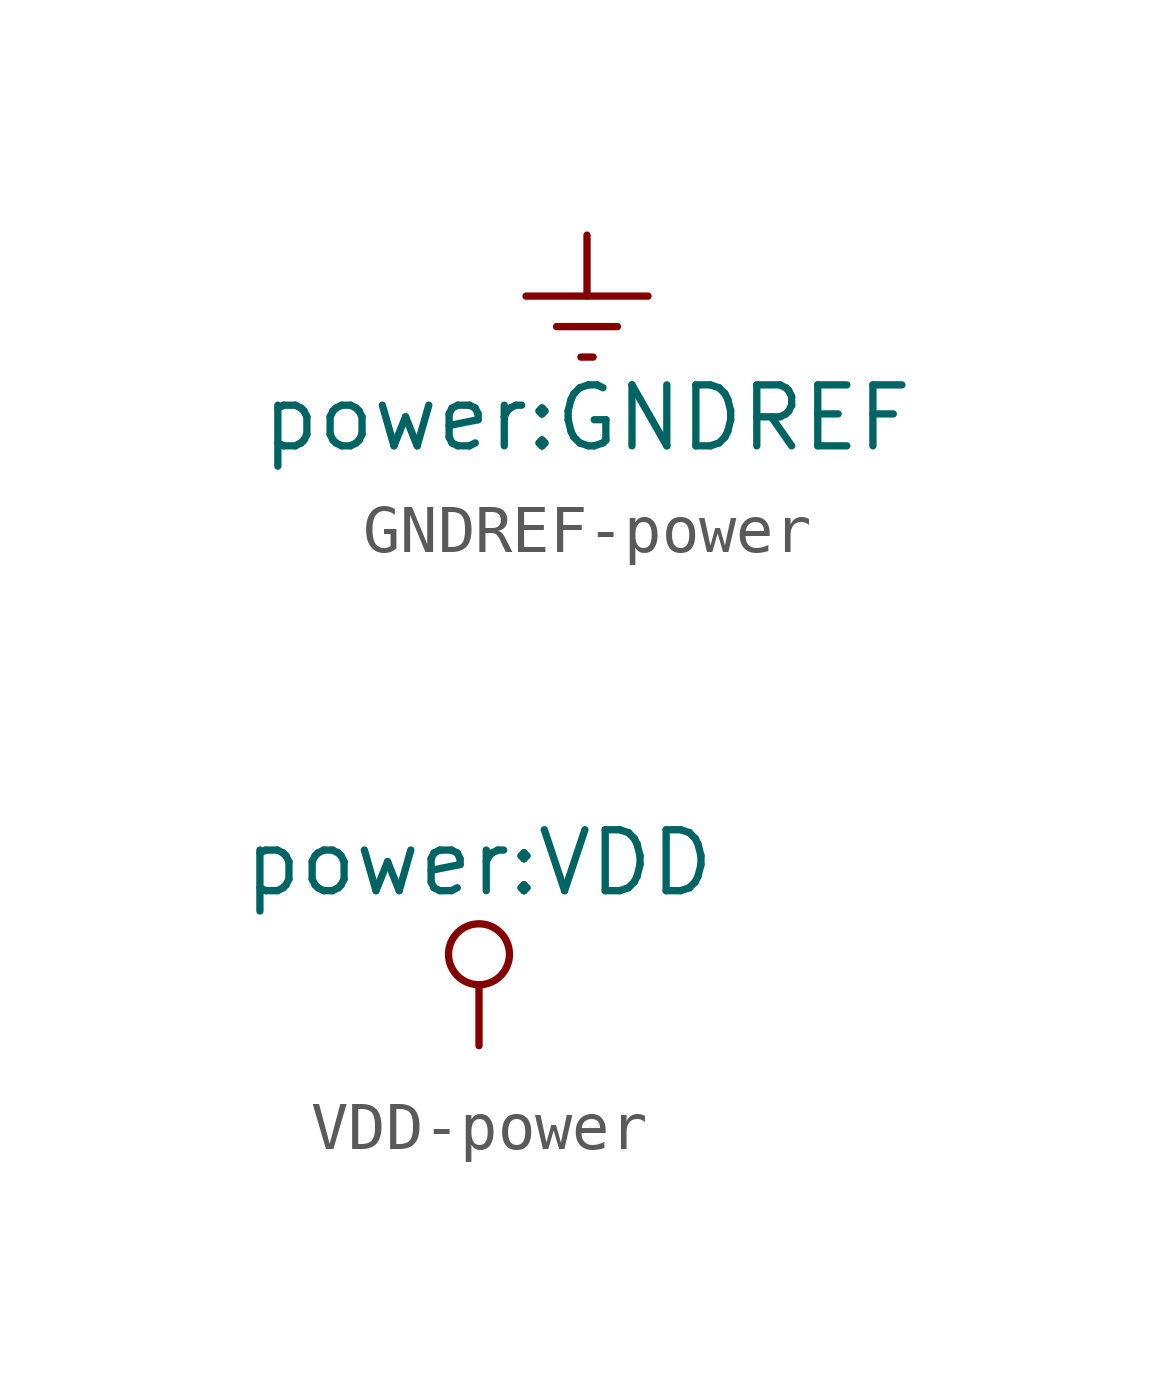
<source format=kicad_sym>
(kicad_symbol_lib
  (version 20231120)
  (generator "kicad_symbol_editor")
  (generator_version "8.0")
  (symbol "GNDREF-power"
    (power)
    (pin_names
      (offset 0))
    (property "Reference" "#PWR"
      (at 0 -6.35 0)
      (effects (font (size 1.27 1.27)) (hide yes)))
    (property "Value" "power:GNDREF"
      (at 0 -3.81 0)
      (effects (font (size 1.27 1.27))))
    (symbol "GNDREF-power_0_1"
      (polyline (pts (xy -0.635 -1.905) (xy 0.635 -1.905)) (stroke (width 0) (type solid)) (fill (type none)))
      (polyline (pts (xy -0.127 -2.54) (xy 0.127 -2.54)) (stroke (width 0) (type solid)) (fill (type none)))
      (polyline (pts (xy 0 -1.27) (xy 0 0)) (stroke (width 0) (type solid)) (fill (type none)))
      (polyline (pts (xy 1.27 -1.27) (xy -1.27 -1.27)) (stroke (width 0) (type solid)) (fill (type none))))
    (symbol "GNDREF-power_1_1"
      (pin power_in line (at 0 0 270) (length 0) hide (name "GNDREF" (effects (font (size 1.27 1.27)))) (number "1" (effects (font (size 1.27 1.27)))))))
  (symbol "VDD-power"
    (power)
    (pin_names
      (offset 0))
    (property "Reference" "#PWR"
      (at 0 -3.81 0)
      (effects (font (size 1.27 1.27)) (hide yes)))
    (property "Value" "power:VDD"
      (at 0 3.81 0)
      (effects (font (size 1.27 1.27))))
    (symbol "VDD-power_0_1"
      (polyline (pts (xy 0 0) (xy 0 1.27)) (stroke (width 0) (type solid)) (fill (type none)))
      (circle (center 0 1.905) (radius 0.635) (stroke (width 0) (type solid)) (fill (type none))))
    (symbol "VDD-power_1_1"
      (pin power_in line (at 0 0 90) (length 0) hide (name "VDD" (effects (font (size 1.27 1.27)))) (number "1" (effects (font (size 1.27 1.27))))))))
</source>
